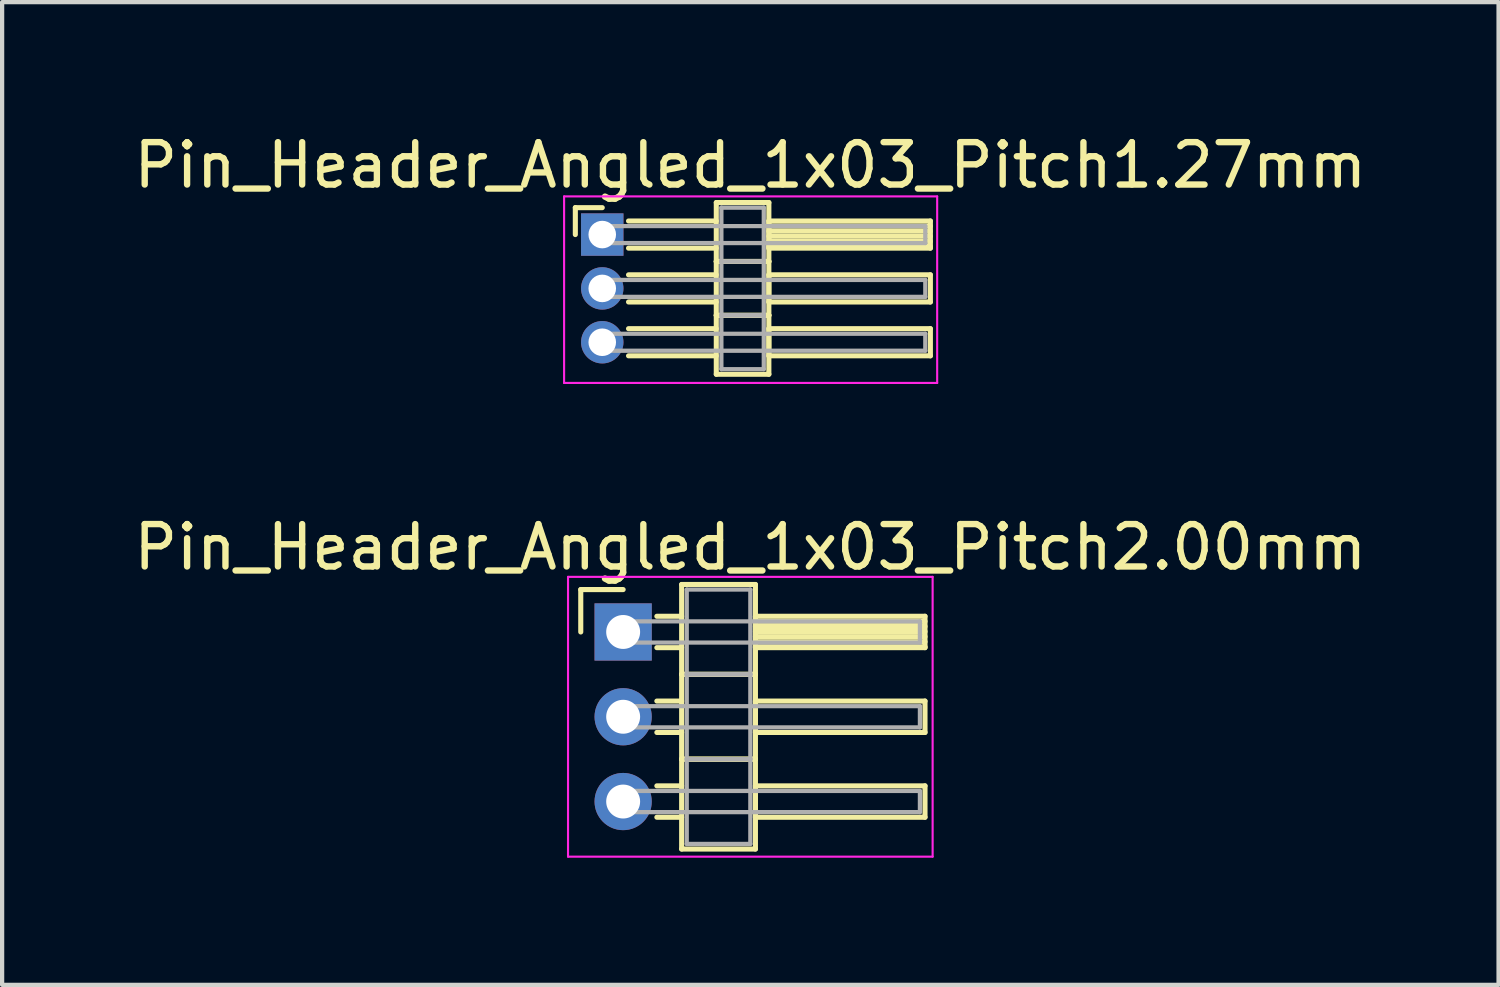
<source format=kicad_pcb>
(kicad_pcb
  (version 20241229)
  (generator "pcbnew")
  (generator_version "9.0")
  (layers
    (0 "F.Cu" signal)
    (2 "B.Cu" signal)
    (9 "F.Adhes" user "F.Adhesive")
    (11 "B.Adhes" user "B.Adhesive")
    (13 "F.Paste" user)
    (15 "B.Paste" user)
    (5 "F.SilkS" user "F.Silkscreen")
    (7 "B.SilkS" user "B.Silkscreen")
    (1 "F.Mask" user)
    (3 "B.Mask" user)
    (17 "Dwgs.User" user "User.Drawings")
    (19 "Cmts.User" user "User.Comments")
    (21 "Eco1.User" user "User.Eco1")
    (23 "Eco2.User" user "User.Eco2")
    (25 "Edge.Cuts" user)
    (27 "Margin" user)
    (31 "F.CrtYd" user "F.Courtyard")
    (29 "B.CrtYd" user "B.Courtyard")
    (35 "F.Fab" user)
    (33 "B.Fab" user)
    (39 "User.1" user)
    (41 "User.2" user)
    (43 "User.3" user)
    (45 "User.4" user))
  (footprint "Pin_Header_Angled_1x03_Pitch1.27mm"
    (layer "F.Cu")
    (at 11.156 2.483)
    (property "Reference" "Pin_Header_Angled_1x03_Pitch1.27mm" (at 3.493 -1.635 0) (layer "F.SilkS") (effects (font (size 1 1) (thickness 0.15))))
    (attr through_hole)
    (fp_line (start -0.635 -0.635) (end 0 -0.635) (stroke (width 0.12) (type solid)) (layer "F.SilkS"))
    (fp_line (start -0.635 0) (end -0.635 -0.635) (stroke (width 0.12) (type solid)) (layer "F.SilkS"))
    (fp_line (start 0.62 -0.32) (end 2.69 -0.32) (stroke (width 0.12) (type solid)) (layer "F.SilkS"))
    (fp_line (start 0.62 0.32) (end 2.69 0.32) (stroke (width 0.12) (type solid)) (layer "F.SilkS"))
    (fp_line (start 0.62 0.95) (end 2.69 0.95) (stroke (width 0.12) (type solid)) (layer "F.SilkS"))
    (fp_line (start 0.62 1.59) (end 2.69 1.59) (stroke (width 0.12) (type solid)) (layer "F.SilkS"))
    (fp_line (start 0.62 2.22) (end 2.69 2.22) (stroke (width 0.12) (type solid)) (layer "F.SilkS"))
    (fp_line (start 0.62 2.86) (end 2.69 2.86) (stroke (width 0.12) (type solid)) (layer "F.SilkS"))
    (fp_line (start 2.69 -0.755) (end 2.69 0.635) (stroke (width 0.12) (type solid)) (layer "F.SilkS"))
    (fp_line (start 2.69 0.635) (end 2.69 1.905) (stroke (width 0.12) (type solid)) (layer "F.SilkS"))
    (fp_line (start 2.69 0.635) (end 3.93 0.635) (stroke (width 0.12) (type solid)) (layer "F.SilkS"))
    (fp_line (start 2.69 1.905) (end 2.69 3.295) (stroke (width 0.12) (type solid)) (layer "F.SilkS"))
    (fp_line (start 2.69 1.905) (end 3.93 1.905) (stroke (width 0.12) (type solid)) (layer "F.SilkS"))
    (fp_line (start 2.69 3.295) (end 3.93 3.295) (stroke (width 0.12) (type solid)) (layer "F.SilkS"))
    (fp_line (start 3.93 -0.755) (end 2.69 -0.755) (stroke (width 0.12) (type solid)) (layer "F.SilkS"))
    (fp_line (start 3.93 -0.32) (end 3.93 0.32) (stroke (width 0.12) (type solid)) (layer "F.SilkS"))
    (fp_line (start 3.93 -0.2) (end 7.74 -0.2) (stroke (width 0.12) (type solid)) (layer "F.SilkS"))
    (fp_line (start 3.93 -0.08) (end 7.74 -0.08) (stroke (width 0.12) (type solid)) (layer "F.SilkS"))
    (fp_line (start 3.93 0.04) (end 7.74 0.04) (stroke (width 0.12) (type solid)) (layer "F.SilkS"))
    (fp_line (start 3.93 0.16) (end 7.74 0.16) (stroke (width 0.12) (type solid)) (layer "F.SilkS"))
    (fp_line (start 3.93 0.28) (end 7.74 0.28) (stroke (width 0.12) (type solid)) (layer "F.SilkS"))
    (fp_line (start 3.93 0.32) (end 7.74 0.32) (stroke (width 0.12) (type solid)) (layer "F.SilkS"))
    (fp_line (start 3.93 0.635) (end 2.69 0.635) (stroke (width 0.12) (type solid)) (layer "F.SilkS"))
    (fp_line (start 3.93 0.635) (end 3.93 -0.755) (stroke (width 0.12) (type solid)) (layer "F.SilkS"))
    (fp_line (start 3.93 0.95) (end 3.93 1.59) (stroke (width 0.12) (type solid)) (layer "F.SilkS"))
    (fp_line (start 3.93 1.59) (end 7.74 1.59) (stroke (width 0.12) (type solid)) (layer "F.SilkS"))
    (fp_line (start 3.93 1.905) (end 2.69 1.905) (stroke (width 0.12) (type solid)) (layer "F.SilkS"))
    (fp_line (start 3.93 1.905) (end 3.93 0.635) (stroke (width 0.12) (type solid)) (layer "F.SilkS"))
    (fp_line (start 3.93 2.22) (end 3.93 2.86) (stroke (width 0.12) (type solid)) (layer "F.SilkS"))
    (fp_line (start 3.93 2.86) (end 7.74 2.86) (stroke (width 0.12) (type solid)) (layer "F.SilkS"))
    (fp_line (start 3.93 3.295) (end 3.93 1.905) (stroke (width 0.12) (type solid)) (layer "F.SilkS"))
    (fp_line (start 7.74 -0.32) (end 3.93 -0.32) (stroke (width 0.12) (type solid)) (layer "F.SilkS"))
    (fp_line (start 7.74 0.32) (end 7.74 -0.32) (stroke (width 0.12) (type solid)) (layer "F.SilkS"))
    (fp_line (start 7.74 0.95) (end 3.93 0.95) (stroke (width 0.12) (type solid)) (layer "F.SilkS"))
    (fp_line (start 7.74 1.59) (end 7.74 0.95) (stroke (width 0.12) (type solid)) (layer "F.SilkS"))
    (fp_line (start 7.74 2.22) (end 3.93 2.22) (stroke (width 0.12) (type solid)) (layer "F.SilkS"))
    (fp_line (start 7.74 2.86) (end 7.74 2.22) (stroke (width 0.12) (type solid)) (layer "F.SilkS"))
    (fp_line (start -0.9 -0.9) (end -0.9 3.5) (stroke (width 0.05) (type solid)) (layer "F.CrtYd"))
    (fp_line (start -0.9 3.5) (end 7.9 3.5) (stroke (width 0.05) (type solid)) (layer "F.CrtYd"))
    (fp_line (start 7.9 -0.9) (end -0.9 -0.9) (stroke (width 0.05) (type solid)) (layer "F.CrtYd"))
    (fp_line (start 7.9 3.5) (end 7.9 -0.9) (stroke (width 0.05) (type solid)) (layer "F.CrtYd"))
    (fp_line (start 0 -0.2) (end 0 0.2) (stroke (width 0.1) (type solid)) (layer "F.Fab"))
    (fp_line (start 0 0.2) (end 7.62 0.2) (stroke (width 0.1) (type solid)) (layer "F.Fab"))
    (fp_line (start 0 1.07) (end 0 1.47) (stroke (width 0.1) (type solid)) (layer "F.Fab"))
    (fp_line (start 0 1.47) (end 7.62 1.47) (stroke (width 0.1) (type solid)) (layer "F.Fab"))
    (fp_line (start 0 2.34) (end 0 2.74) (stroke (width 0.1) (type solid)) (layer "F.Fab"))
    (fp_line (start 0 2.74) (end 7.62 2.74) (stroke (width 0.1) (type solid)) (layer "F.Fab"))
    (fp_line (start 2.81 -0.635) (end 2.81 0.635) (stroke (width 0.1) (type solid)) (layer "F.Fab"))
    (fp_line (start 2.81 0.635) (end 2.81 1.905) (stroke (width 0.1) (type solid)) (layer "F.Fab"))
    (fp_line (start 2.81 0.635) (end 3.81 0.635) (stroke (width 0.1) (type solid)) (layer "F.Fab"))
    (fp_line (start 2.81 1.905) (end 2.81 3.175) (stroke (width 0.1) (type solid)) (layer "F.Fab"))
    (fp_line (start 2.81 1.905) (end 3.81 1.905) (stroke (width 0.1) (type solid)) (layer "F.Fab"))
    (fp_line (start 2.81 3.175) (end 3.81 3.175) (stroke (width 0.1) (type solid)) (layer "F.Fab"))
    (fp_line (start 3.81 -0.635) (end 2.81 -0.635) (stroke (width 0.1) (type solid)) (layer "F.Fab"))
    (fp_line (start 3.81 0.635) (end 2.81 0.635) (stroke (width 0.1) (type solid)) (layer "F.Fab"))
    (fp_line (start 3.81 0.635) (end 3.81 -0.635) (stroke (width 0.1) (type solid)) (layer "F.Fab"))
    (fp_line (start 3.81 1.905) (end 2.81 1.905) (stroke (width 0.1) (type solid)) (layer "F.Fab"))
    (fp_line (start 3.81 1.905) (end 3.81 0.635) (stroke (width 0.1) (type solid)) (layer "F.Fab"))
    (fp_line (start 3.81 3.175) (end 3.81 1.905) (stroke (width 0.1) (type solid)) (layer "F.Fab"))
    (fp_line (start 7.62 -0.2) (end 0 -0.2) (stroke (width 0.1) (type solid)) (layer "F.Fab"))
    (fp_line (start 7.62 0.2) (end 7.62 -0.2) (stroke (width 0.1) (type solid)) (layer "F.Fab"))
    (fp_line (start 7.62 1.07) (end 0 1.07) (stroke (width 0.1) (type solid)) (layer "F.Fab"))
    (fp_line (start 7.62 1.47) (end 7.62 1.07) (stroke (width 0.1) (type solid)) (layer "F.Fab"))
    (fp_line (start 7.62 2.34) (end 0 2.34) (stroke (width 0.1) (type solid)) (layer "F.Fab"))
    (fp_line (start 7.62 2.74) (end 7.62 2.34) (stroke (width 0.1) (type solid)) (layer "F.Fab"))
    (pad "1" thru_hole rect (at 0 0) (size 1 1) (drill 0.65) (layers "*.Cu" "*.Mask"))
    (pad "2" thru_hole oval (at 0 1.27) (size 1 1) (drill 0.65) (layers "*.Cu" "*.Mask"))
    (pad "3" thru_hole oval (at 0 2.54) (size 1 1) (drill 0.65) (layers "*.Cu" "*.Mask")))
  (footprint "Pin_Header_Angled_1x03_Pitch2.00mm"
    (layer "F.Cu")
    (at 11.649 11.857)
    (property "Reference" "Pin_Header_Angled_1x03_Pitch2.00mm" (at 3 -2 0) (layer "F.SilkS") (effects (font (size 1 1) (thickness 0.15))))
    (attr through_hole)
    (fp_line (start -1 -1) (end 0 -1) (stroke (width 0.12) (type solid)) (layer "F.SilkS"))
    (fp_line (start -1 0) (end -1 -1) (stroke (width 0.12) (type solid)) (layer "F.SilkS"))
    (fp_line (start 0.795 -0.37) (end 1.38 -0.37) (stroke (width 0.12) (type solid)) (layer "F.SilkS"))
    (fp_line (start 0.795 0.37) (end 1.38 0.37) (stroke (width 0.12) (type solid)) (layer "F.SilkS"))
    (fp_line (start 0.795 1.63) (end 1.38 1.63) (stroke (width 0.12) (type solid)) (layer "F.SilkS"))
    (fp_line (start 0.795 2.37) (end 1.38 2.37) (stroke (width 0.12) (type solid)) (layer "F.SilkS"))
    (fp_line (start 0.795 3.63) (end 1.38 3.63) (stroke (width 0.12) (type solid)) (layer "F.SilkS"))
    (fp_line (start 0.795 4.37) (end 1.38 4.37) (stroke (width 0.12) (type solid)) (layer "F.SilkS"))
    (fp_line (start 1.38 -1.12) (end 1.38 1) (stroke (width 0.12) (type solid)) (layer "F.SilkS"))
    (fp_line (start 1.38 1) (end 1.38 3) (stroke (width 0.12) (type solid)) (layer "F.SilkS"))
    (fp_line (start 1.38 1) (end 3.12 1) (stroke (width 0.12) (type solid)) (layer "F.SilkS"))
    (fp_line (start 1.38 3) (end 1.38 5.12) (stroke (width 0.12) (type solid)) (layer "F.SilkS"))
    (fp_line (start 1.38 3) (end 3.12 3) (stroke (width 0.12) (type solid)) (layer "F.SilkS"))
    (fp_line (start 1.38 5.12) (end 3.12 5.12) (stroke (width 0.12) (type solid)) (layer "F.SilkS"))
    (fp_line (start 3.12 -1.12) (end 1.38 -1.12) (stroke (width 0.12) (type solid)) (layer "F.SilkS"))
    (fp_line (start 3.12 -0.37) (end 3.12 0.37) (stroke (width 0.12) (type solid)) (layer "F.SilkS"))
    (fp_line (start 3.12 -0.25) (end 7.12 -0.25) (stroke (width 0.12) (type solid)) (layer "F.SilkS"))
    (fp_line (start 3.12 -0.13) (end 7.12 -0.13) (stroke (width 0.12) (type solid)) (layer "F.SilkS"))
    (fp_line (start 3.12 -0.01) (end 7.12 -0.01) (stroke (width 0.12) (type solid)) (layer "F.SilkS"))
    (fp_line (start 3.12 0.11) (end 7.12 0.11) (stroke (width 0.12) (type solid)) (layer "F.SilkS"))
    (fp_line (start 3.12 0.23) (end 7.12 0.23) (stroke (width 0.12) (type solid)) (layer "F.SilkS"))
    (fp_line (start 3.12 0.35) (end 7.12 0.35) (stroke (width 0.12) (type solid)) (layer "F.SilkS"))
    (fp_line (start 3.12 0.37) (end 7.12 0.37) (stroke (width 0.12) (type solid)) (layer "F.SilkS"))
    (fp_line (start 3.12 1) (end 1.38 1) (stroke (width 0.12) (type solid)) (layer "F.SilkS"))
    (fp_line (start 3.12 1) (end 3.12 -1.12) (stroke (width 0.12) (type solid)) (layer "F.SilkS"))
    (fp_line (start 3.12 1.63) (end 3.12 2.37) (stroke (width 0.12) (type solid)) (layer "F.SilkS"))
    (fp_line (start 3.12 2.37) (end 7.12 2.37) (stroke (width 0.12) (type solid)) (layer "F.SilkS"))
    (fp_line (start 3.12 3) (end 1.38 3) (stroke (width 0.12) (type solid)) (layer "F.SilkS"))
    (fp_line (start 3.12 3) (end 3.12 1) (stroke (width 0.12) (type solid)) (layer "F.SilkS"))
    (fp_line (start 3.12 3.63) (end 3.12 4.37) (stroke (width 0.12) (type solid)) (layer "F.SilkS"))
    (fp_line (start 3.12 4.37) (end 7.12 4.37) (stroke (width 0.12) (type solid)) (layer "F.SilkS"))
    (fp_line (start 3.12 5.12) (end 3.12 3) (stroke (width 0.12) (type solid)) (layer "F.SilkS"))
    (fp_line (start 7.12 -0.37) (end 3.12 -0.37) (stroke (width 0.12) (type solid)) (layer "F.SilkS"))
    (fp_line (start 7.12 0.37) (end 7.12 -0.37) (stroke (width 0.12) (type solid)) (layer "F.SilkS"))
    (fp_line (start 7.12 1.63) (end 3.12 1.63) (stroke (width 0.12) (type solid)) (layer "F.SilkS"))
    (fp_line (start 7.12 2.37) (end 7.12 1.63) (stroke (width 0.12) (type solid)) (layer "F.SilkS"))
    (fp_line (start 7.12 3.63) (end 3.12 3.63) (stroke (width 0.12) (type solid)) (layer "F.SilkS"))
    (fp_line (start 7.12 4.37) (end 7.12 3.63) (stroke (width 0.12) (type solid)) (layer "F.SilkS"))
    (fp_line (start -1.3 -1.3) (end -1.3 5.3) (stroke (width 0.05) (type solid)) (layer "F.CrtYd"))
    (fp_line (start -1.3 5.3) (end 7.3 5.3) (stroke (width 0.05) (type solid)) (layer "F.CrtYd"))
    (fp_line (start 7.3 -1.3) (end -1.3 -1.3) (stroke (width 0.05) (type solid)) (layer "F.CrtYd"))
    (fp_line (start 7.3 5.3) (end 7.3 -1.3) (stroke (width 0.05) (type solid)) (layer "F.CrtYd"))
    (fp_line (start 0 -0.25) (end 0 0.25) (stroke (width 0.1) (type solid)) (layer "F.Fab"))
    (fp_line (start 0 0.25) (end 7 0.25) (stroke (width 0.1) (type solid)) (layer "F.Fab"))
    (fp_line (start 0 1.75) (end 0 2.25) (stroke (width 0.1) (type solid)) (layer "F.Fab"))
    (fp_line (start 0 2.25) (end 7 2.25) (stroke (width 0.1) (type solid)) (layer "F.Fab"))
    (fp_line (start 0 3.75) (end 0 4.25) (stroke (width 0.1) (type solid)) (layer "F.Fab"))
    (fp_line (start 0 4.25) (end 7 4.25) (stroke (width 0.1) (type solid)) (layer "F.Fab"))
    (fp_line (start 1.5 -1) (end 1.5 1) (stroke (width 0.1) (type solid)) (layer "F.Fab"))
    (fp_line (start 1.5 1) (end 1.5 3) (stroke (width 0.1) (type solid)) (layer "F.Fab"))
    (fp_line (start 1.5 1) (end 3 1) (stroke (width 0.1) (type solid)) (layer "F.Fab"))
    (fp_line (start 1.5 3) (end 1.5 5) (stroke (width 0.1) (type solid)) (layer "F.Fab"))
    (fp_line (start 1.5 3) (end 3 3) (stroke (width 0.1) (type solid)) (layer "F.Fab"))
    (fp_line (start 1.5 5) (end 3 5) (stroke (width 0.1) (type solid)) (layer "F.Fab"))
    (fp_line (start 3 -1) (end 1.5 -1) (stroke (width 0.1) (type solid)) (layer "F.Fab"))
    (fp_line (start 3 1) (end 1.5 1) (stroke (width 0.1) (type solid)) (layer "F.Fab"))
    (fp_line (start 3 1) (end 3 -1) (stroke (width 0.1) (type solid)) (layer "F.Fab"))
    (fp_line (start 3 3) (end 1.5 3) (stroke (width 0.1) (type solid)) (layer "F.Fab"))
    (fp_line (start 3 3) (end 3 1) (stroke (width 0.1) (type solid)) (layer "F.Fab"))
    (fp_line (start 3 5) (end 3 3) (stroke (width 0.1) (type solid)) (layer "F.Fab"))
    (fp_line (start 7 -0.25) (end 0 -0.25) (stroke (width 0.1) (type solid)) (layer "F.Fab"))
    (fp_line (start 7 0.25) (end 7 -0.25) (stroke (width 0.1) (type solid)) (layer "F.Fab"))
    (fp_line (start 7 1.75) (end 0 1.75) (stroke (width 0.1) (type solid)) (layer "F.Fab"))
    (fp_line (start 7 2.25) (end 7 1.75) (stroke (width 0.1) (type solid)) (layer "F.Fab"))
    (fp_line (start 7 3.75) (end 0 3.75) (stroke (width 0.1) (type solid)) (layer "F.Fab"))
    (fp_line (start 7 4.25) (end 7 3.75) (stroke (width 0.1) (type solid)) (layer "F.Fab"))
    (pad "1" thru_hole rect (at 0 0) (size 1.35 1.35) (drill 0.8) (layers "*.Cu" "*.Mask"))
    (pad "2" thru_hole oval (at 0 2) (size 1.35 1.35) (drill 0.8) (layers "*.Cu" "*.Mask"))
    (pad "3" thru_hole oval (at 0 4) (size 1.35 1.35) (drill 0.8) (layers "*.Cu" "*.Mask")))
  (gr_rect
    (start -3 -3)
    (end 32.298 20.181)
    (stroke (width 0.1) (type default))
    (fill no)
    (layer "Edge.Cuts")))
</source>
